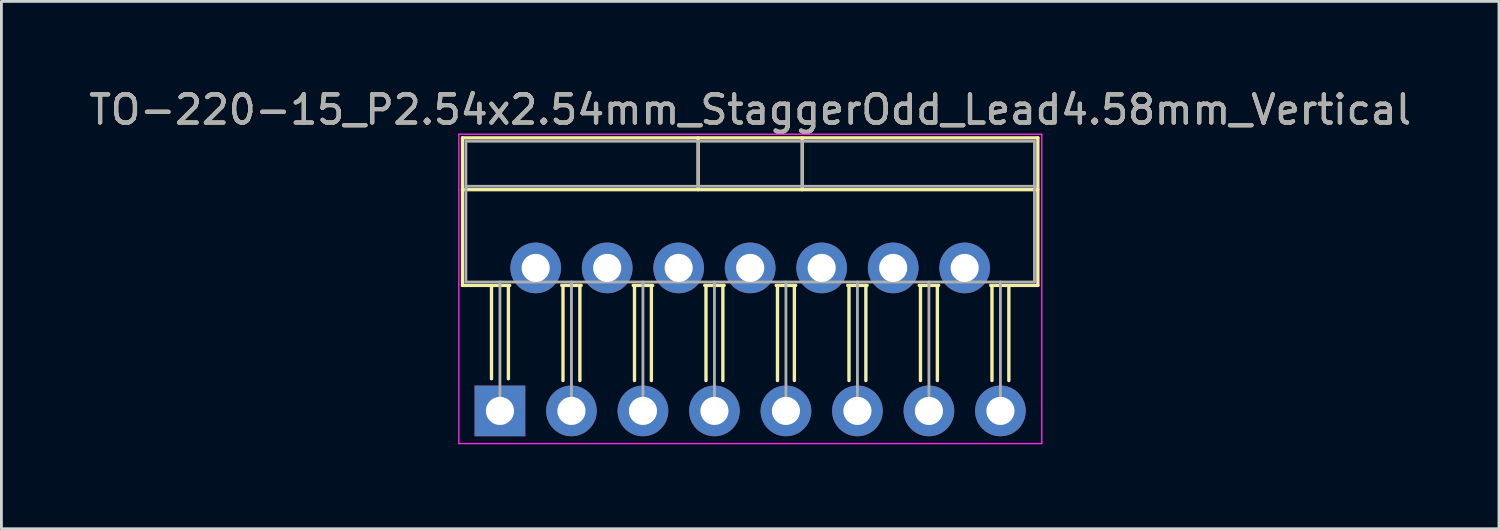
<source format=kicad_pcb>
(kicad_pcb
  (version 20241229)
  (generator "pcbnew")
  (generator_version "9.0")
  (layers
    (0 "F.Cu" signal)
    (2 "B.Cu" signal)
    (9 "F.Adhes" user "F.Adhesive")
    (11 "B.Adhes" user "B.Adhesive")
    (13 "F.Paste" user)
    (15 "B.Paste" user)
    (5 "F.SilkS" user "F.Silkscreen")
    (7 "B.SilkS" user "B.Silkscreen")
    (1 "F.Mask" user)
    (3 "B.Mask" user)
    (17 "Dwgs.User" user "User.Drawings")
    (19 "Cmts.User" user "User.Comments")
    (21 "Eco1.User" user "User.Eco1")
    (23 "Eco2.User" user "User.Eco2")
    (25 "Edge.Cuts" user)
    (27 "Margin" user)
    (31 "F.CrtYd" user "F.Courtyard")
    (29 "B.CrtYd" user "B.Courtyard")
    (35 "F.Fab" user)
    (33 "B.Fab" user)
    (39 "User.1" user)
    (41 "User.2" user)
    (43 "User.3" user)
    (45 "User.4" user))
  (footprint "TO-220-15_P2.54x2.54mm_StaggerOdd_Lead4.58mm_Vertical"
    (layer "F.Cu")
    (at 14.711 11.548)
    (property "Reference" "TO-220-15_P2.54x2.54mm_StaggerOdd_Lead4.58mm_Vertical" (at 8.89 -10.7 0) (layer "F.SilkS") (effects (font (size 1 1) (thickness 0.15))))
    (attr through_hole)
    (fp_line (start -1.33 -9.7) (end -1.33 -4.459) (stroke (width 0.12) (type solid)) (layer "F.SilkS"))
    (fp_line (start -1.33 -9.7) (end 19.11 -9.7) (stroke (width 0.12) (type solid)) (layer "F.SilkS"))
    (fp_line (start -1.33 -7.86) (end 19.11 -7.86) (stroke (width 0.12) (type solid)) (layer "F.SilkS"))
    (fp_line (start -1.33 -4.459) (end 0.346 -4.459) (stroke (width 0.12) (type solid)) (layer "F.SilkS"))
    (fp_line (start -0.3 -1.143) (end -0.3 -4.445) (stroke (width 0.12) (type solid)) (layer "F.SilkS"))
    (fp_line (start 0.3 -1.143) (end 0.3 -4.445) (stroke (width 0.12) (type solid)) (layer "F.SilkS"))
    (fp_line (start 2.195 -4.459) (end 2.886 -4.459) (stroke (width 0.12) (type solid)) (layer "F.SilkS"))
    (fp_line (start 2.24 -1.079) (end 2.24 -4.445) (stroke (width 0.12) (type solid)) (layer "F.SilkS"))
    (fp_line (start 2.84 -1.079) (end 2.84 -4.445) (stroke (width 0.12) (type solid)) (layer "F.SilkS"))
    (fp_line (start 4.735 -4.459) (end 5.426 -4.459) (stroke (width 0.12) (type solid)) (layer "F.SilkS"))
    (fp_line (start 4.78 -1.079) (end 4.78 -4.445) (stroke (width 0.12) (type solid)) (layer "F.SilkS"))
    (fp_line (start 5.38 -1.079) (end 5.38 -4.445) (stroke (width 0.12) (type solid)) (layer "F.SilkS"))
    (fp_line (start 7.041 -9.7) (end 7.041 -7.86) (stroke (width 0.12) (type solid)) (layer "F.SilkS"))
    (fp_line (start 7.275 -4.459) (end 7.966 -4.459) (stroke (width 0.12) (type solid)) (layer "F.SilkS"))
    (fp_line (start 7.32 -1.079) (end 7.32 -4.445) (stroke (width 0.12) (type solid)) (layer "F.SilkS"))
    (fp_line (start 7.92 -1.079) (end 7.92 -4.445) (stroke (width 0.12) (type solid)) (layer "F.SilkS"))
    (fp_line (start 9.815 -4.459) (end 10.506 -4.459) (stroke (width 0.12) (type solid)) (layer "F.SilkS"))
    (fp_line (start 9.86 -1.079) (end 9.86 -4.445) (stroke (width 0.12) (type solid)) (layer "F.SilkS"))
    (fp_line (start 10.46 -1.079) (end 10.46 -4.445) (stroke (width 0.12) (type solid)) (layer "F.SilkS"))
    (fp_line (start 10.74 -9.7) (end 10.74 -7.86) (stroke (width 0.12) (type solid)) (layer "F.SilkS"))
    (fp_line (start 12.355 -4.459) (end 13.046 -4.459) (stroke (width 0.12) (type solid)) (layer "F.SilkS"))
    (fp_line (start 12.4 -1.079) (end 12.4 -4.445) (stroke (width 0.12) (type solid)) (layer "F.SilkS"))
    (fp_line (start 13 -1.079) (end 13 -4.445) (stroke (width 0.12) (type solid)) (layer "F.SilkS"))
    (fp_line (start 14.895 -4.459) (end 15.586 -4.459) (stroke (width 0.12) (type solid)) (layer "F.SilkS"))
    (fp_line (start 14.94 -1.079) (end 14.94 -4.445) (stroke (width 0.12) (type solid)) (layer "F.SilkS"))
    (fp_line (start 15.54 -1.079) (end 15.54 -4.445) (stroke (width 0.12) (type solid)) (layer "F.SilkS"))
    (fp_line (start 17.435 -4.459) (end 19.11 -4.459) (stroke (width 0.12) (type solid)) (layer "F.SilkS"))
    (fp_line (start 17.48 -1.079) (end 17.48 -4.445) (stroke (width 0.12) (type solid)) (layer "F.SilkS"))
    (fp_line (start 18.08 -1.079) (end 18.08 -4.445) (stroke (width 0.12) (type solid)) (layer "F.SilkS"))
    (fp_line (start 19.11 -9.7) (end 19.11 -4.459) (stroke (width 0.12) (type solid)) (layer "F.SilkS"))
    (fp_line (start -1.46 -9.83) (end -1.46 1.16) (stroke (width 0.05) (type solid)) (layer "F.CrtYd"))
    (fp_line (start -1.46 1.16) (end 19.25 1.16) (stroke (width 0.05) (type solid)) (layer "F.CrtYd"))
    (fp_line (start 19.25 -9.83) (end -1.46 -9.83) (stroke (width 0.05) (type solid)) (layer "F.CrtYd"))
    (fp_line (start 19.25 1.16) (end 19.25 -9.83) (stroke (width 0.05) (type solid)) (layer "F.CrtYd"))
    (fp_line (start -1.21 -9.58) (end -1.21 -4.58) (stroke (width 0.1) (type solid)) (layer "F.Fab"))
    (fp_line (start -1.21 -7.98) (end 18.99 -7.98) (stroke (width 0.1) (type solid)) (layer "F.Fab"))
    (fp_line (start -1.21 -4.58) (end 18.99 -4.58) (stroke (width 0.1) (type solid)) (layer "F.Fab"))
    (fp_line (start 0 -4.58) (end 0 0) (stroke (width 0.1) (type solid)) (layer "F.Fab"))
    (fp_line (start 2.54 -4.58) (end 2.54 0) (stroke (width 0.1) (type solid)) (layer "F.Fab"))
    (fp_line (start 5.08 -4.58) (end 5.08 0) (stroke (width 0.1) (type solid)) (layer "F.Fab"))
    (fp_line (start 7.04 -9.58) (end 7.04 -7.98) (stroke (width 0.1) (type solid)) (layer "F.Fab"))
    (fp_line (start 7.62 -4.58) (end 7.62 0) (stroke (width 0.1) (type solid)) (layer "F.Fab"))
    (fp_line (start 10.16 -4.58) (end 10.16 0) (stroke (width 0.1) (type solid)) (layer "F.Fab"))
    (fp_line (start 10.74 -9.58) (end 10.74 -7.98) (stroke (width 0.1) (type solid)) (layer "F.Fab"))
    (fp_line (start 12.7 -4.58) (end 12.7 0) (stroke (width 0.1) (type solid)) (layer "F.Fab"))
    (fp_line (start 15.24 -4.58) (end 15.24 0) (stroke (width 0.1) (type solid)) (layer "F.Fab"))
    (fp_line (start 17.78 -4.58) (end 17.78 0) (stroke (width 0.1) (type solid)) (layer "F.Fab"))
    (fp_line (start 18.99 -9.58) (end -1.21 -9.58) (stroke (width 0.1) (type solid)) (layer "F.Fab"))
    (fp_line (start 18.99 -4.58) (end 18.99 -9.58) (stroke (width 0.1) (type solid)) (layer "F.Fab"))
    (fp_text user "${REFERENCE}" (at 8.89 -10.7 0) (layer "F.Fab") (effects (font (size 1 1) (thickness 0.15))))
    (pad "1" thru_hole rect (at 0 0) (size 1.8 1.8) (drill 1) (layers "*.Cu" "*.Mask"))
    (pad "2" thru_hole oval (at 1.27 -5.08) (size 1.8 1.8) (drill 1) (layers "*.Cu" "*.Mask"))
    (pad "3" thru_hole oval (at 2.54 0) (size 1.8 1.8) (drill 1) (layers "*.Cu" "*.Mask"))
    (pad "4" thru_hole oval (at 3.81 -5.08) (size 1.8 1.8) (drill 1) (layers "*.Cu" "*.Mask"))
    (pad "5" thru_hole oval (at 5.08 0) (size 1.8 1.8) (drill 1) (layers "*.Cu" "*.Mask"))
    (pad "6" thru_hole oval (at 6.35 -5.08) (size 1.8 1.8) (drill 1) (layers "*.Cu" "*.Mask"))
    (pad "7" thru_hole oval (at 7.62 0) (size 1.8 1.8) (drill 1) (layers "*.Cu" "*.Mask"))
    (pad "8" thru_hole oval (at 8.89 -5.08) (size 1.8 1.8) (drill 1) (layers "*.Cu" "*.Mask"))
    (pad "9" thru_hole oval (at 10.16 0) (size 1.8 1.8) (drill 1) (layers "*.Cu" "*.Mask"))
    (pad "10" thru_hole oval (at 11.43 -5.08) (size 1.8 1.8) (drill 1) (layers "*.Cu" "*.Mask"))
    (pad "11" thru_hole oval (at 12.7 0) (size 1.8 1.8) (drill 1) (layers "*.Cu" "*.Mask"))
    (pad "12" thru_hole oval (at 13.97 -5.08) (size 1.8 1.8) (drill 1) (layers "*.Cu" "*.Mask"))
    (pad "13" thru_hole oval (at 15.24 0) (size 1.8 1.8) (drill 1) (layers "*.Cu" "*.Mask"))
    (pad "14" thru_hole oval (at 16.51 -5.08) (size 1.8 1.8) (drill 1) (layers "*.Cu" "*.Mask"))
    (pad "15" thru_hole oval (at 17.78 0) (size 1.8 1.8) (drill 1) (layers "*.Cu" "*.Mask")))
  (gr_rect
    (start -3 -3)
    (end 50.202 15.733)
    (stroke (width 0.1) (type default))
    (fill no)
    (layer "Edge.Cuts")))
</source>
